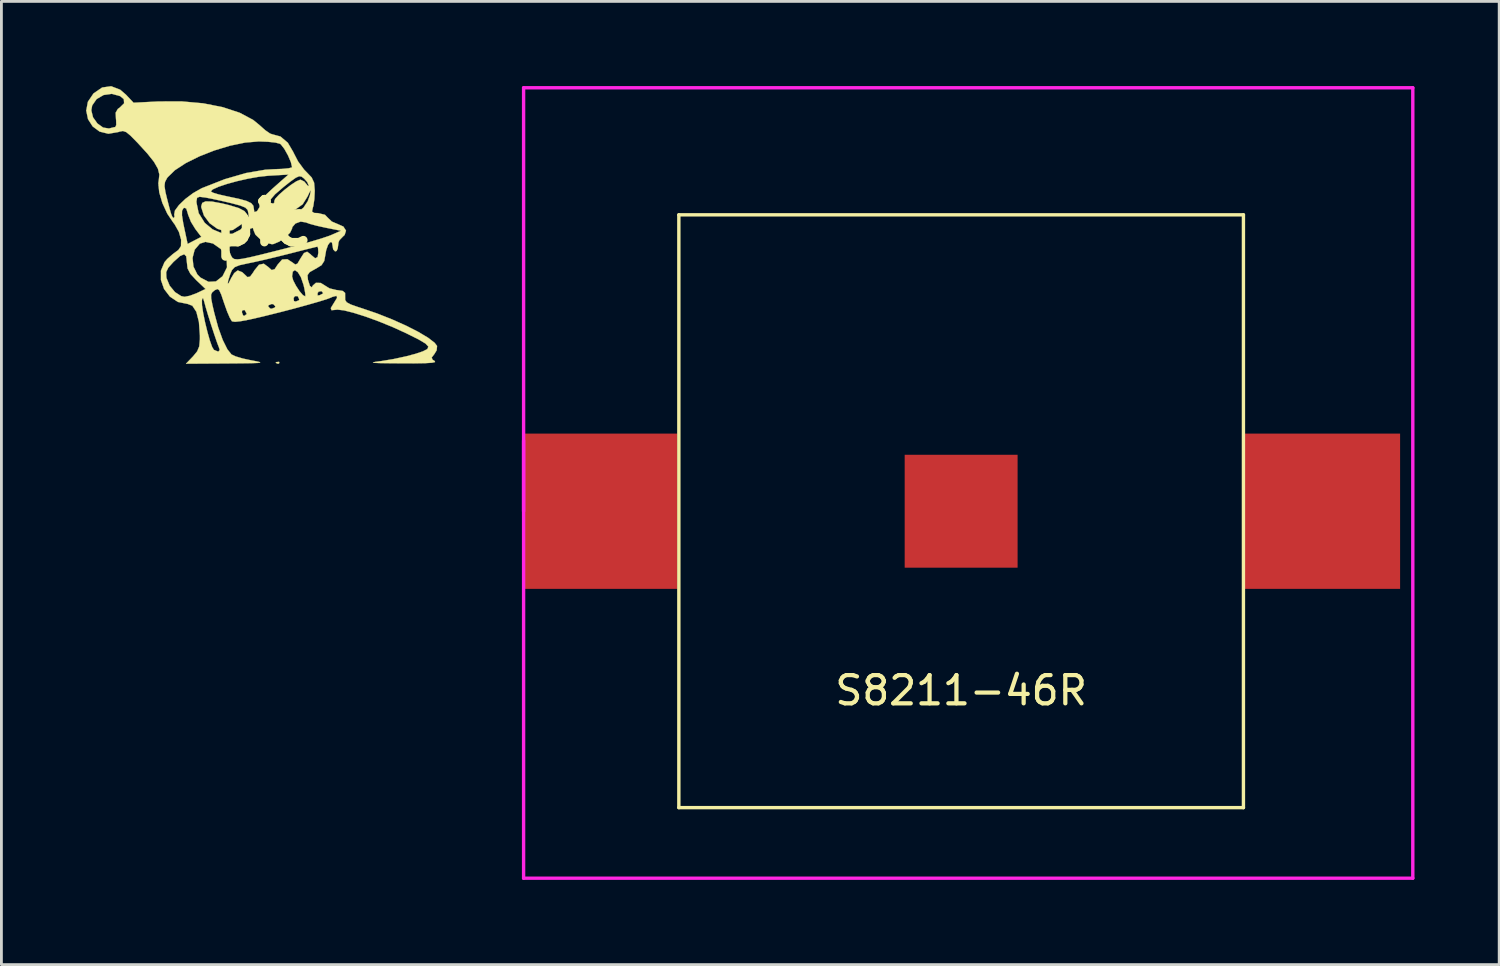
<source format=kicad_pcb>
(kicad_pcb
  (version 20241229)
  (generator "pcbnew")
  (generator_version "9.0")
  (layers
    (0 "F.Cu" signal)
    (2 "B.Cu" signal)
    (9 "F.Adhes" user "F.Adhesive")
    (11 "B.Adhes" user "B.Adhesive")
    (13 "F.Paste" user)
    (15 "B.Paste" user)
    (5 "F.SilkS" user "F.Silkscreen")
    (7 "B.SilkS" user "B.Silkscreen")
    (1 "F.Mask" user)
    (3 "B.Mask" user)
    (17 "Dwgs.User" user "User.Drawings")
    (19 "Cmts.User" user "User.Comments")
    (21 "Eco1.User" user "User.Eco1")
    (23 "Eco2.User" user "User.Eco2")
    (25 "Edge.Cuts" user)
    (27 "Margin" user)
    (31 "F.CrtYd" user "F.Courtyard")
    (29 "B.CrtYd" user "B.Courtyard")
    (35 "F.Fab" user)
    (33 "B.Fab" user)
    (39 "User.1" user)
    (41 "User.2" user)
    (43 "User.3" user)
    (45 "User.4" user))
  (footprint "S8211-46R"
    (layer "F.Cu")
    (at 30.998 15.06)
    (property "Reference" "S8211-46R" (at 0 6.35 0) (layer "F.SilkS") (effects (font (size 1 1) (thickness 0.15))))
    (attr through_hole)
    (fp_line (start -10 -10.5) (end 10 -10.5) (stroke (width 0.12) (type solid)) (layer "F.SilkS"))
    (fp_line (start -10 10.5) (end -10 -10.5) (stroke (width 0.12) (type solid)) (layer "F.SilkS"))
    (fp_line (start 10 -10.5) (end 10 10.5) (stroke (width 0.12) (type solid)) (layer "F.SilkS"))
    (fp_line (start 10 10.5) (end -10 10.5) (stroke (width 0.12) (type solid)) (layer "F.SilkS"))
    (fp_line (start -15.5 -15) (end 16 -15) (stroke (width 0.12) (type solid)) (layer "F.CrtYd"))
    (fp_line (start -15.5 0) (end -15.5 -15) (stroke (width 0.12) (type solid)) (layer "F.CrtYd"))
    (fp_line (start -15.5 13) (end -15.5 -2.5) (stroke (width 0.12) (type solid)) (layer "F.CrtYd"))
    (fp_line (start 16 -15) (end 16 13) (stroke (width 0.12) (type solid)) (layer "F.CrtYd"))
    (fp_line (start 16 13) (end -15.5 13) (stroke (width 0.12) (type solid)) (layer "F.CrtYd"))
    (pad "1" smd rect (at -12.8 0) (size 5.5 5.5) (layers "F.Cu" "F.Mask" "F.Paste"))
    (pad "1" smd rect (at 12.8 0) (size 5.5 5.5) (layers "F.Cu" "F.Mask" "F.Paste"))
    (pad "2" smd rect (at 0 0) (size 4 4) (layers "F.Cu" "F.Mask" "F.Paste")))
  (footprint "pic"
    (layer "F.Cu")
    (at 6.28 4.839)
    (property "Reference" "pic" (at 0 0 0) (layer "F.SilkS") (effects (font (size 1.524 1.524) (thickness 0.3))))
    (attr through_hole)
    (fp_poly (pts (xy 0.564 4.939) (xy 0.553 4.989) (xy 0.508 4.995) (xy 0.438 4.964) (xy 0.452 4.939) (xy 0.552 4.929) (xy 0.564 4.939)) (stroke (width 0.01) (type solid)) (fill yes) (layer "F.SilkS"))
    (fp_poly (pts (xy -5.075 -4.712) (xy -4.871 -4.538) (xy -4.599 -4.25) (xy -3.718 -4.295) (xy -2.902 -4.298) (xy -2.133 -4.229) (xy -1.437 -4.092) (xy -0.838 -3.894) (xy -0.362 -3.641) (xy -0.138 -3.458) (xy 0.066 -3.276) (xy 0.238 -3.158) (xy 0.31 -3.133) (xy 0.605 -3.053) (xy 0.866 -2.832) (xy 1.062 -2.498) (xy 1.07 -2.478) (xy 1.228 -2.172) (xy 1.441 -1.883) (xy 1.521 -1.801) (xy 1.71 -1.603) (xy 1.797 -1.417) (xy 1.819 -1.157) (xy 1.82 -1.124) (xy 1.806 -0.838) (xy 1.77 -0.595) (xy 1.751 -0.529) (xy 1.722 -0.396) (xy 1.796 -0.346) (xy 1.939 -0.339) (xy 2.182 -0.28) (xy 2.282 -0.176) (xy 2.425 -0.04) (xy 2.617 0.041) (xy 2.834 0.137) (xy 2.927 0.281) (xy 2.878 0.435) (xy 2.821 0.488) (xy 2.694 0.619) (xy 2.66 0.701) (xy 2.634 0.911) (xy 2.595 1) (xy 2.54 1.016) (xy 2.472 0.945) (xy 2.455 0.84) (xy 2.429 0.697) (xy 2.366 0.688) (xy 2.291 0.787) (xy 2.225 0.97) (xy 2.201 1.107) (xy 2.156 1.355) (xy 2.061 1.504) (xy 1.869 1.623) (xy 1.842 1.637) (xy 1.641 1.75) (xy 1.564 1.857) (xy 1.576 2.007) (xy 1.578 2.018) (xy 1.648 2.238) (xy 1.712 2.29) (xy 1.754 2.223) (xy 1.861 2.13) (xy 2.031 2.134) (xy 2.189 2.23) (xy 2.197 2.239) (xy 2.346 2.327) (xy 2.575 2.384) (xy 2.61 2.387) (xy 2.814 2.418) (xy 2.895 2.488) (xy 2.896 2.625) (xy 2.897 2.738) (xy 2.953 2.821) (xy 3.095 2.897) (xy 3.357 2.989) (xy 3.489 3.031) (xy 4.027 3.215) (xy 4.556 3.424) (xy 5.052 3.646) (xy 5.486 3.867) (xy 5.833 4.074) (xy 6.066 4.253) (xy 6.153 4.367) (xy 6.138 4.521) (xy 6.058 4.652) (xy 5.963 4.776) (xy 5.991 4.85) (xy 6.069 4.9) (xy 6.082 4.936) (xy 5.974 4.961) (xy 5.732 4.976) (xy 5.343 4.983) (xy 4.911 4.982) (xy 4.429 4.978) (xy 4.105 4.973) (xy 3.926 4.964) (xy 3.88 4.951) (xy 3.955 4.932) (xy 4.14 4.906) (xy 4.191 4.9) (xy 4.607 4.831) (xy 5.064 4.732) (xy 5.362 4.652) (xy 5.646 4.559) (xy 5.809 4.477) (xy 5.844 4.389) (xy 5.743 4.281) (xy 5.502 4.137) (xy 5.112 3.942) (xy 5.056 3.914) (xy 4.58 3.697) (xy 4.09 3.497) (xy 3.618 3.325) (xy 3.194 3.191) (xy 2.851 3.105) (xy 2.619 3.079) (xy 2.573 3.085) (xy 2.413 3.1) (xy 2.388 3.025) (xy 2.494 2.85) (xy 2.5 2.841) (xy 2.61 2.662) (xy 2.591 2.59) (xy 2.445 2.628) (xy 2.392 2.653) (xy 2.238 2.711) (xy 1.95 2.8) (xy 1.558 2.912) (xy 1.092 3.04) (xy 0.582 3.173) (xy 0.568 3.176) (xy -0.029 3.325) (xy -0.48 3.428) (xy -0.799 3.489) (xy -1.003 3.511) (xy -1.107 3.495) (xy -1.119 3.487) (xy -1.192 3.362) (xy -1.273 3.17) (xy -0.762 3.17) (xy -0.718 3.286) (xy -0.677 3.302) (xy -0.595 3.241) (xy -0.593 3.222) (xy -0.654 3.108) (xy -0.677 3.09) (xy -0.75 3.11) (xy -0.762 3.17) (xy -1.273 3.17) (xy -1.292 3.126) (xy -1.349 2.963) (xy 0.169 2.963) (xy 0.238 3.038) (xy 0.296 3.048) (xy 0.409 3.002) (xy 0.423 2.963) (xy 0.355 2.888) (xy 0.296 2.879) (xy 0.184 2.924) (xy 0.169 2.963) (xy -1.349 2.963) (xy -1.394 2.838) (xy -1.451 2.667) (xy 1.07 2.667) (xy 1.083 2.776) (xy 1.146 2.794) (xy 1.257 2.75) (xy 1.27 2.714) (xy 1.218 2.602) (xy 1.119 2.602) (xy 1.07 2.667) (xy -1.451 2.667) (xy -1.491 2.549) (xy -1.562 2.395) (xy -1.627 2.349) (xy -1.708 2.383) (xy -1.736 2.402) (xy -1.814 2.468) (xy -1.852 2.548) (xy -1.85 2.68) (xy -1.807 2.906) (xy -1.742 3.187) (xy -1.6 3.711) (xy -1.44 4.154) (xy -1.275 4.486) (xy -1.13 4.667) (xy -0.986 4.735) (xy -0.731 4.811) (xy -0.439 4.874) (xy -0.24 4.911) (xy -0.127 4.938) (xy -0.113 4.957) (xy -0.212 4.969) (xy -0.439 4.977) (xy -0.808 4.982) (xy -1.307 4.986) (xy -2.741 4.995) (xy -2.492 4.736) (xy -2.346 4.559) (xy -2.272 4.381) (xy -2.249 4.134) (xy -2.249 3.995) (xy -2.284 3.512) (xy -2.374 3.157) (xy -2.515 2.942) (xy -2.678 2.879) (xy -3.025 2.808) (xy -3.106 2.755) (xy -2.178 2.755) (xy -2.174 2.926) (xy -2.133 3.199) (xy -2.066 3.528) (xy -1.983 3.868) (xy -1.896 4.175) (xy -1.815 4.402) (xy -1.753 4.504) (xy -1.599 4.568) (xy -1.547 4.512) (xy -1.572 4.424) (xy -1.641 4.244) (xy -1.74 3.955) (xy -1.853 3.611) (xy -1.961 3.267) (xy -2.048 2.975) (xy -2.085 2.836) (xy -2.131 2.683) (xy -2.162 2.685) (xy -2.178 2.755) (xy -3.106 2.755) (xy -3.311 2.618) (xy -3.518 2.347) (xy -3.629 2.029) (xy -3.629 1.75) (xy -3.443 1.75) (xy -3.437 1.927) (xy -3.43 1.967) (xy -3.32 2.231) (xy -3.131 2.459) (xy -2.91 2.601) (xy -2.792 2.625) (xy -2.61 2.589) (xy -2.374 2.502) (xy -2.34 2.486) (xy -2.049 2.348) (xy -2.249 2.157) (xy -1.264 2.157) (xy -1.231 2.141) (xy -1.148 1.979) (xy -1.144 1.968) (xy -1.033 1.785) (xy -0.918 1.695) (xy -0.903 1.693) (xy -0.751 1.753) (xy -0.677 1.82) (xy -0.564 1.927) (xy -0.471 1.91) (xy -0.462 1.899) (xy 1.016 1.899) (xy 1.056 2.043) (xy 1.155 2.234) (xy 1.28 2.425) (xy 1.399 2.565) (xy 1.481 2.609) (xy 1.488 2.604) (xy 1.486 2.514) (xy 1.482 2.494) (xy 1.918 2.494) (xy 1.922 2.579) (xy 1.994 2.569) (xy 2.103 2.512) (xy 2.117 2.494) (xy 2.061 2.423) (xy 1.96 2.441) (xy 1.918 2.494) (xy 1.482 2.494) (xy 1.449 2.315) (xy 1.421 2.199) (xy 1.329 1.93) (xy 1.22 1.752) (xy 1.117 1.68) (xy 1.042 1.732) (xy 1.016 1.899) (xy -0.462 1.899) (xy -0.357 1.755) (xy -0.321 1.693) (xy -0.155 1.489) (xy 0.015 1.453) (xy 0.169 1.566) (xy 0.296 1.678) (xy 0.4 1.646) (xy 0.508 1.482) (xy 0.664 1.304) (xy 0.851 1.293) (xy 1.024 1.405) (xy 1.131 1.481) (xy 1.209 1.447) (xy 1.307 1.28) (xy 1.308 1.278) (xy 1.437 1.076) (xy 1.55 1.028) (xy 1.676 1.123) (xy 1.693 1.143) (xy 1.834 1.26) (xy 1.922 1.217) (xy 1.947 1.058) (xy 1.937 0.899) (xy 1.917 0.847) (xy 1.829 0.867) (xy 1.609 0.921) (xy 1.293 1.001) (xy 0.923 1.096) (xy 0.479 1.207) (xy 0.036 1.313) (xy -0.347 1.399) (xy -0.557 1.442) (xy -0.847 1.506) (xy -1.017 1.575) (xy -1.113 1.679) (xy -1.171 1.813) (xy -1.245 2.043) (xy -1.264 2.157) (xy -2.249 2.157) (xy -2.379 2.034) (xy -2.587 1.81) (xy -2.686 1.617) (xy -2.709 1.41) (xy -2.726 1.245) (xy -2.509 1.245) (xy -2.477 1.555) (xy -2.339 1.833) (xy -2.229 1.944) (xy -1.942 2.094) (xy -1.68 2.08) (xy -1.451 1.9) (xy -1.445 1.894) (xy -1.289 1.582) (xy -1.301 1.268) (xy -1.477 0.967) (xy -1.517 0.925) (xy -1.762 0.752) (xy -1.331 0.752) (xy -1.33 0.752) (xy -1.279 0.859) (xy -1.194 1.05) (xy -1.183 1.074) (xy -1.142 1.173) (xy -1.099 1.245) (xy -1.032 1.287) (xy -0.921 1.299) (xy -0.743 1.279) (xy -0.477 1.225) (xy -0.101 1.136) (xy 0.406 1.009) (xy 0.741 0.924) (xy 1.217 0.8) (xy 1.664 0.676) (xy 2.043 0.563) (xy 2.314 0.472) (xy 2.392 0.442) (xy 2.752 0.285) (xy 2.201 0.176) (xy 1.893 0.108) (xy 1.638 0.039) (xy 1.503 -0.011) (xy 1.319 -0.039) (xy 1.136 0.028) (xy 1.024 0.157) (xy 1.016 0.207) (xy 0.947 0.352) (xy 0.778 0.521) (xy 0.564 0.669) (xy 0.36 0.755) (xy 0.301 0.762) (xy 0.098 0.71) (xy -0.115 0.583) (xy -0.281 0.424) (xy -0.339 0.29) (xy -0.373 0.183) (xy -0.483 0.216) (xy -0.67 0.387) (xy -0.884 0.553) (xy -1.116 0.651) (xy -1.118 0.651) (xy -1.28 0.701) (xy -1.331 0.752) (xy -1.762 0.752) (xy -1.783 0.737) (xy -2.052 0.679) (xy -2.252 0.742) (xy -2.434 0.956) (xy -2.509 1.245) (xy -2.726 1.245) (xy -2.731 1.194) (xy -2.806 1.118) (xy -2.95 1.18) (xy -3.176 1.381) (xy -3.191 1.396) (xy -3.369 1.594) (xy -3.443 1.75) (xy -3.629 1.75) (xy -3.63 1.701) (xy -3.502 1.398) (xy -3.405 1.285) (xy -3.208 1.112) (xy -3.035 0.984) (xy -3.016 0.973) (xy -2.919 0.831) (xy -2.914 0.6) (xy -2.993 0.325) (xy -3.146 0.053) (xy -3.191 -0.003) (xy -3.405 -0.322) (xy -3.578 -0.698) (xy -3.689 -1.075) (xy -3.712 -1.304) (xy -3.503 -1.304) (xy -3.472 -1.096) (xy -3.42 -0.879) (xy -3.332 -0.535) (xy -3.272 -0.324) (xy -3.228 -0.214) (xy -3.191 -0.173) (xy -3.169 -0.169) (xy -3.145 -0.232) (xy -3.152 -0.259) (xy -2.884 -0.259) (xy -2.839 0.02) (xy -2.809 0.163) (xy -2.683 0.753) (xy -2.44 0.627) (xy -2.198 0.502) (xy -2.41 0.223) (xy -2.565 -0.029) (xy -2.668 -0.288) (xy -2.677 -0.326) (xy -2.733 -0.503) (xy -2.806 -0.529) (xy -2.833 -0.511) (xy -2.881 -0.424) (xy -2.884 -0.259) (xy -3.152 -0.259) (xy -3.16 -0.289) (xy -3.133 -0.431) (xy -2.99 -0.625) (xy -2.892 -0.719) (xy -2.371 -0.719) (xy -2.292 -0.339) (xy -2.078 0.005) (xy -1.797 0.237) (xy -1.425 0.393) (xy -1.101 0.394) (xy -0.816 0.248) (xy -0.663 0.102) (xy -0.593 -0.015) (xy -0.593 -0.021) (xy -0.644 -0.037) (xy -0.77 0.049) (xy -0.783 0.06) (xy -1.08 0.258) (xy -1.377 0.296) (xy -1.631 0.215) (xy -1.903 0.019) (xy -2.106 -0.255) (xy -2.2 -0.544) (xy -2.201 -0.585) (xy -2.166 -0.7) (xy -2.047 -0.755) (xy -1.821 -0.749) (xy -1.47 -0.684) (xy -1.217 -0.623) (xy -0.874 -0.519) (xy -0.671 -0.412) (xy -0.586 -0.305) (xy -0.532 -0.19) (xy -0.521 -0.229) (xy -0.53 -0.339) (xy -0.538 -0.37) (xy 0.874 -0.37) (xy 0.927 -0.352) (xy 1.022 -0.347) (xy 1.251 -0.406) (xy 1.418 -0.529) (xy 1.57 -0.759) (xy 1.649 -0.974) (xy 1.678 -1.127) (xy 1.666 -1.139) (xy 1.6 -1.005) (xy 1.566 -0.932) (xy 1.392 -0.652) (xy 1.148 -0.478) (xy 0.974 -0.411) (xy 0.874 -0.37) (xy -0.538 -0.37) (xy -0.559 -0.454) (xy -0.642 -0.537) (xy -0.818 -0.608) (xy -1.121 -0.689) (xy -1.143 -0.694) (xy -1.493 -0.776) (xy -1.826 -0.848) (xy -2.053 -0.892) (xy -2.26 -0.918) (xy -2.349 -0.883) (xy -2.37 -0.759) (xy -2.371 -0.719) (xy -2.892 -0.719) (xy -2.765 -0.841) (xy -2.491 -1.047) (xy -2.383 -1.109) (xy -1.863 -1.109) (xy -1.786 -1.063) (xy -1.586 -1.002) (xy -1.304 -0.938) (xy -1.291 -0.935) (xy -0.873 -0.847) (xy -0.596 -0.77) (xy -0.432 -0.692) (xy -0.356 -0.601) (xy -0.339 -0.5) (xy -0.32 -0.376) (xy -0.241 -0.4) (xy -0.217 -0.419) (xy -0.134 -0.557) (xy -0.138 -0.633) (xy -0.136 -0.708) (xy 0.238 -0.708) (xy 0.349 -0.677) (xy 0.396 -0.729) (xy 0.383 -0.758) (xy 0.419 -0.845) (xy 0.555 -0.993) (xy 0.753 -1.167) (xy 0.971 -1.336) (xy 1.169 -1.466) (xy 1.307 -1.523) (xy 1.316 -1.524) (xy 1.449 -1.458) (xy 1.517 -1.376) (xy 1.586 -1.295) (xy 1.606 -1.32) (xy 1.551 -1.442) (xy 1.443 -1.563) (xy 1.355 -1.631) (xy 1.268 -1.646) (xy 1.148 -1.593) (xy 0.96 -1.459) (xy 0.723 -1.272) (xy 0.413 -1.006) (xy 0.251 -0.818) (xy 0.238 -0.708) (xy -0.136 -0.708) (xy -0.136 -0.709) (xy -0.067 -0.82) (xy 0.085 -0.984) (xy 0.338 -1.22) (xy 0.635 -1.483) (xy 0.889 -1.705) (xy 0.169 -1.663) (xy -0.163 -1.627) (xy -0.541 -1.56) (xy -0.929 -1.472) (xy -1.291 -1.373) (xy -1.591 -1.272) (xy -1.793 -1.18) (xy -1.863 -1.109) (xy -2.383 -1.109) (xy -2.199 -1.213) (xy -2.165 -1.229) (xy -1.369 -1.541) (xy -0.613 -1.76) (xy 0.07 -1.877) (xy 0.36 -1.894) (xy 0.669 -1.906) (xy 0.9 -1.929) (xy 1.011 -1.959) (xy 1.016 -1.966) (xy 0.974 -2.146) (xy 0.872 -2.384) (xy 0.743 -2.615) (xy 0.621 -2.772) (xy 0.588 -2.796) (xy 0.429 -2.838) (xy 0.159 -2.867) (xy -0.163 -2.879) (xy -0.648 -2.838) (xy -1.185 -2.727) (xy -1.738 -2.559) (xy -2.271 -2.349) (xy -2.748 -2.112) (xy -3.134 -1.86) (xy -3.391 -1.61) (xy -3.415 -1.576) (xy -3.484 -1.445) (xy -3.503 -1.304) (xy -3.712 -1.304) (xy -3.721 -1.4) (xy -3.705 -1.512) (xy -3.685 -1.707) (xy -3.736 -1.912) (xy -3.873 -2.152) (xy -4.111 -2.452) (xy -4.462 -2.836) (xy -4.482 -2.856) (xy -4.707 -3.085) (xy -4.858 -3.209) (xy -4.975 -3.249) (xy -5.096 -3.226) (xy -5.14 -3.211) (xy -5.491 -3.151) (xy -5.8 -3.227) (xy -6.047 -3.41) (xy -6.212 -3.667) (xy -6.275 -3.969) (xy -6.273 -3.981) (xy -6.096 -3.981) (xy -6.035 -3.733) (xy -5.881 -3.516) (xy -5.677 -3.37) (xy -5.468 -3.337) (xy -5.433 -3.347) (xy -5.281 -3.384) (xy -5.248 -3.387) (xy -5.212 -3.46) (xy -5.217 -3.639) (xy -5.222 -3.676) (xy -5.233 -3.896) (xy -5.157 -4.029) (xy -5.09 -4.077) (xy -4.934 -4.229) (xy -4.944 -4.377) (xy -5.074 -4.484) (xy -5.369 -4.565) (xy -5.662 -4.523) (xy -5.908 -4.379) (xy -6.064 -4.156) (xy -6.096 -3.981) (xy -6.273 -3.981) (xy -6.217 -4.283) (xy -6.018 -4.579) (xy -5.712 -4.789) (xy -5.393 -4.834) (xy -5.075 -4.712)) (stroke (width 0.01) (type solid)) (fill yes) (layer "F.SilkS")))
  (gr_rect
    (start -3 -3)
    (end 50.058 31.12)
    (stroke (width 0.1) (type default))
    (fill no)
    (layer "Edge.Cuts")))
</source>
